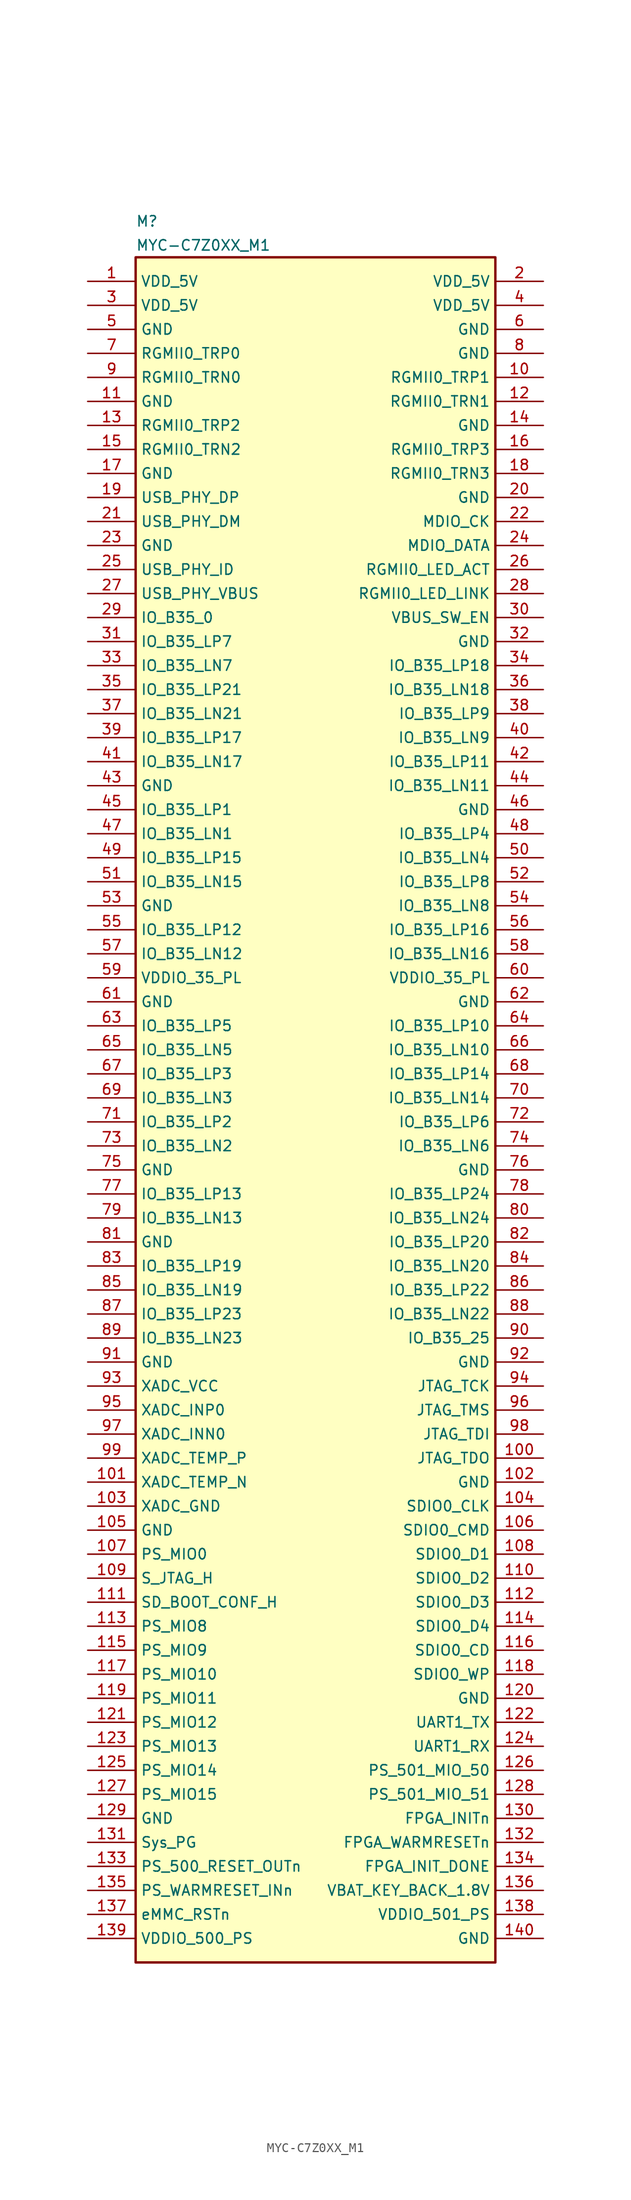
<source format=kicad_sym>
(kicad_symbol_lib
  (version 20231120)
  (generator "kicad_symbol_editor")
  (generator_version "8.0")
  (symbol "MYC-C7Z0XX_M1"
    (property "Reference" "M"
      (at -20.32 3.81 0)
      (effects (font (size 1.1 1.1)) (justify left)))
    (property "Value" "MYC-C7Z0XX_M1"
      (at -20.32 1.27 0)
      (effects (font (size 1.1 1.1)) (justify left)))
    (symbol "MYC-C7Z0XX_M1_1_1"
      (rectangle (start -20.32 0) (end 17.78 -180.34) (stroke (width 0.254) (type solid)) (fill (type background)))
      (pin power_in line (at -25.4 -2.54 0) (length 5.08) (name "VDD_5V" (effects (font (size 1.1 1.1)))) (number "1" (effects (font (size 1.1 1.1)))))
      (pin bidirectional line (at 22.86 -12.7 180) (length 5.08) (name "RGMII0_TRP1" (effects (font (size 1.1 1.1)))) (number "10" (effects (font (size 1.1 1.1)))))
      (pin bidirectional line (at 22.86 -127 180) (length 5.08) (name "JTAG_TDO" (effects (font (size 1.1 1.1)))) (number "100" (effects (font (size 1.1 1.1)))))
      (pin bidirectional line (at -25.4 -129.54 0) (length 5.08) (name "XADC_TEMP_N" (effects (font (size 1.1 1.1)))) (number "101" (effects (font (size 1.1 1.1)))))
      (pin power_in line (at 22.86 -129.54 180) (length 5.08) (name "GND" (effects (font (size 1.1 1.1)))) (number "102" (effects (font (size 1.1 1.1)))))
      (pin power_in line (at -25.4 -132.08 0) (length 5.08) (name "XADC_GND" (effects (font (size 1.1 1.1)))) (number "103" (effects (font (size 1.1 1.1)))))
      (pin bidirectional line (at 22.86 -132.08 180) (length 5.08) (name "SDIO0_CLK" (effects (font (size 1.1 1.1)))) (number "104" (effects (font (size 1.1 1.1)))))
      (pin power_in line (at -25.4 -134.62 0) (length 5.08) (name "GND" (effects (font (size 1.1 1.1)))) (number "105" (effects (font (size 1.1 1.1)))))
      (pin bidirectional line (at 22.86 -134.62 180) (length 5.08) (name "SDIO0_CMD" (effects (font (size 1.1 1.1)))) (number "106" (effects (font (size 1.1 1.1)))))
      (pin bidirectional line (at -25.4 -137.16 0) (length 5.08) (name "PS_MIO0" (effects (font (size 1.1 1.1)))) (number "107" (effects (font (size 1.1 1.1)))))
      (pin bidirectional line (at 22.86 -137.16 180) (length 5.08) (name "SDIO0_D1" (effects (font (size 1.1 1.1)))) (number "108" (effects (font (size 1.1 1.1)))))
      (pin bidirectional line (at -25.4 -139.7 0) (length 5.08) (name "S_JTAG_H" (effects (font (size 1.1 1.1)))) (number "109" (effects (font (size 1.1 1.1)))))
      (pin power_in line (at -25.4 -15.24 0) (length 5.08) (name "GND" (effects (font (size 1.1 1.1)))) (number "11" (effects (font (size 1.1 1.1)))))
      (pin bidirectional line (at 22.86 -139.7 180) (length 5.08) (name "SDIO0_D2" (effects (font (size 1.1 1.1)))) (number "110" (effects (font (size 1.1 1.1)))))
      (pin bidirectional line (at -25.4 -142.24 0) (length 5.08) (name "SD_BOOT_CONF_H" (effects (font (size 1.1 1.1)))) (number "111" (effects (font (size 1.1 1.1)))))
      (pin bidirectional line (at 22.86 -142.24 180) (length 5.08) (name "SDIO0_D3" (effects (font (size 1.1 1.1)))) (number "112" (effects (font (size 1.1 1.1)))))
      (pin bidirectional line (at -25.4 -144.78 0) (length 5.08) (name "PS_MIO8" (effects (font (size 1.1 1.1)))) (number "113" (effects (font (size 1.1 1.1)))))
      (pin bidirectional line (at 22.86 -144.78 180) (length 5.08) (name "SDIO0_D4" (effects (font (size 1.1 1.1)))) (number "114" (effects (font (size 1.1 1.1)))))
      (pin bidirectional line (at -25.4 -147.32 0) (length 5.08) (name "PS_MIO9" (effects (font (size 1.1 1.1)))) (number "115" (effects (font (size 1.1 1.1)))))
      (pin bidirectional line (at 22.86 -147.32 180) (length 5.08) (name "SDIO0_CD" (effects (font (size 1.1 1.1)))) (number "116" (effects (font (size 1.1 1.1)))))
      (pin bidirectional line (at -25.4 -149.86 0) (length 5.08) (name "PS_MIO10" (effects (font (size 1.1 1.1)))) (number "117" (effects (font (size 1.1 1.1)))))
      (pin bidirectional line (at 22.86 -149.86 180) (length 5.08) (name "SDIO0_WP" (effects (font (size 1.1 1.1)))) (number "118" (effects (font (size 1.1 1.1)))))
      (pin bidirectional line (at -25.4 -152.4 0) (length 5.08) (name "PS_MIO11" (effects (font (size 1.1 1.1)))) (number "119" (effects (font (size 1.1 1.1)))))
      (pin bidirectional line (at 22.86 -15.24 180) (length 5.08) (name "RGMII0_TRN1" (effects (font (size 1.1 1.1)))) (number "12" (effects (font (size 1.1 1.1)))))
      (pin power_in line (at 22.86 -152.4 180) (length 5.08) (name "GND" (effects (font (size 1.1 1.1)))) (number "120" (effects (font (size 1.1 1.1)))))
      (pin bidirectional line (at -25.4 -154.94 0) (length 5.08) (name "PS_MIO12" (effects (font (size 1.1 1.1)))) (number "121" (effects (font (size 1.1 1.1)))))
      (pin bidirectional line (at 22.86 -154.94 180) (length 5.08) (name "UART1_TX" (effects (font (size 1.1 1.1)))) (number "122" (effects (font (size 1.1 1.1)))))
      (pin bidirectional line (at -25.4 -157.48 0) (length 5.08) (name "PS_MIO13" (effects (font (size 1.1 1.1)))) (number "123" (effects (font (size 1.1 1.1)))))
      (pin bidirectional line (at 22.86 -157.48 180) (length 5.08) (name "UART1_RX" (effects (font (size 1.1 1.1)))) (number "124" (effects (font (size 1.1 1.1)))))
      (pin bidirectional line (at -25.4 -160.02 0) (length 5.08) (name "PS_MIO14" (effects (font (size 1.1 1.1)))) (number "125" (effects (font (size 1.1 1.1)))))
      (pin bidirectional line (at 22.86 -160.02 180) (length 5.08) (name "PS_501_MIO_50" (effects (font (size 1.1 1.1)))) (number "126" (effects (font (size 1.1 1.1)))))
      (pin bidirectional line (at -25.4 -162.56 0) (length 5.08) (name "PS_MIO15" (effects (font (size 1.1 1.1)))) (number "127" (effects (font (size 1.1 1.1)))))
      (pin bidirectional line (at 22.86 -162.56 180) (length 5.08) (name "PS_501_MIO_51" (effects (font (size 1.1 1.1)))) (number "128" (effects (font (size 1.1 1.1)))))
      (pin power_in line (at -25.4 -165.1 0) (length 5.08) (name "GND" (effects (font (size 1.1 1.1)))) (number "129" (effects (font (size 1.1 1.1)))))
      (pin bidirectional line (at -25.4 -17.78 0) (length 5.08) (name "RGMII0_TRP2" (effects (font (size 1.1 1.1)))) (number "13" (effects (font (size 1.1 1.1)))))
      (pin bidirectional line (at 22.86 -165.1 180) (length 5.08) (name "FPGA_INITn" (effects (font (size 1.1 1.1)))) (number "130" (effects (font (size 1.1 1.1)))))
      (pin bidirectional line (at -25.4 -167.64 0) (length 5.08) (name "Sys_PG" (effects (font (size 1.1 1.1)))) (number "131" (effects (font (size 1.1 1.1)))))
      (pin bidirectional line (at 22.86 -167.64 180) (length 5.08) (name "FPGA_WARMRESETn" (effects (font (size 1.1 1.1)))) (number "132" (effects (font (size 1.1 1.1)))))
      (pin bidirectional line (at -25.4 -170.18 0) (length 5.08) (name "PS_500_RESET_OUTn" (effects (font (size 1.1 1.1)))) (number "133" (effects (font (size 1.1 1.1)))))
      (pin bidirectional line (at 22.86 -170.18 180) (length 5.08) (name "FPGA_INIT_DONE" (effects (font (size 1.1 1.1)))) (number "134" (effects (font (size 1.1 1.1)))))
      (pin bidirectional line (at -25.4 -172.72 0) (length 5.08) (name "PS_WARMRESET_INn" (effects (font (size 1.1 1.1)))) (number "135" (effects (font (size 1.1 1.1)))))
      (pin power_in line (at 22.86 -172.72 180) (length 5.08) (name "VBAT_KEY_BACK_1.8V" (effects (font (size 1.1 1.1)))) (number "136" (effects (font (size 1.1 1.1)))))
      (pin bidirectional line (at -25.4 -175.26 0) (length 5.08) (name "eMMC_RSTn" (effects (font (size 1.1 1.1)))) (number "137" (effects (font (size 1.1 1.1)))))
      (pin power_in line (at 22.86 -175.26 180) (length 5.08) (name "VDDIO_501_PS" (effects (font (size 1.1 1.1)))) (number "138" (effects (font (size 1.1 1.1)))))
      (pin power_in line (at -25.4 -177.8 0) (length 5.08) (name "VDDIO_500_PS" (effects (font (size 1.1 1.1)))) (number "139" (effects (font (size 1.1 1.1)))))
      (pin bidirectional line (at 22.86 -17.78 180) (length 5.08) (name "GND" (effects (font (size 1.1 1.1)))) (number "14" (effects (font (size 1.1 1.1)))))
      (pin power_in line (at 22.86 -177.8 180) (length 5.08) (name "GND" (effects (font (size 1.1 1.1)))) (number "140" (effects (font (size 1.1 1.1)))))
      (pin bidirectional line (at -25.4 -20.32 0) (length 5.08) (name "RGMII0_TRN2" (effects (font (size 1.1 1.1)))) (number "15" (effects (font (size 1.1 1.1)))))
      (pin bidirectional line (at 22.86 -20.32 180) (length 5.08) (name "RGMII0_TRP3" (effects (font (size 1.1 1.1)))) (number "16" (effects (font (size 1.1 1.1)))))
      (pin power_in line (at -25.4 -22.86 0) (length 5.08) (name "GND" (effects (font (size 1.1 1.1)))) (number "17" (effects (font (size 1.1 1.1)))))
      (pin bidirectional line (at 22.86 -22.86 180) (length 5.08) (name "RGMII0_TRN3" (effects (font (size 1.1 1.1)))) (number "18" (effects (font (size 1.1 1.1)))))
      (pin bidirectional line (at -25.4 -25.4 0) (length 5.08) (name "USB_PHY_DP" (effects (font (size 1.1 1.1)))) (number "19" (effects (font (size 1.1 1.1)))))
      (pin power_in line (at 22.86 -2.54 180) (length 5.08) (name "VDD_5V" (effects (font (size 1.1 1.1)))) (number "2" (effects (font (size 1.1 1.1)))))
      (pin power_in line (at 22.86 -25.4 180) (length 5.08) (name "GND" (effects (font (size 1.1 1.1)))) (number "20" (effects (font (size 1.1 1.1)))))
      (pin bidirectional line (at -25.4 -27.94 0) (length 5.08) (name "USB_PHY_DM" (effects (font (size 1.1 1.1)))) (number "21" (effects (font (size 1.1 1.1)))))
      (pin bidirectional line (at 22.86 -27.94 180) (length 5.08) (name "MDIO_CK" (effects (font (size 1.1 1.1)))) (number "22" (effects (font (size 1.1 1.1)))))
      (pin power_in line (at -25.4 -30.48 0) (length 5.08) (name "GND" (effects (font (size 1.1 1.1)))) (number "23" (effects (font (size 1.1 1.1)))))
      (pin bidirectional line (at 22.86 -30.48 180) (length 5.08) (name "MDIO_DATA" (effects (font (size 1.1 1.1)))) (number "24" (effects (font (size 1.1 1.1)))))
      (pin bidirectional line (at -25.4 -33.02 0) (length 5.08) (name "USB_PHY_ID" (effects (font (size 1.1 1.1)))) (number "25" (effects (font (size 1.1 1.1)))))
      (pin bidirectional line (at 22.86 -33.02 180) (length 5.08) (name "RGMII0_LED_ACT" (effects (font (size 1.1 1.1)))) (number "26" (effects (font (size 1.1 1.1)))))
      (pin bidirectional line (at -25.4 -35.56 0) (length 5.08) (name "USB_PHY_VBUS" (effects (font (size 1.1 1.1)))) (number "27" (effects (font (size 1.1 1.1)))))
      (pin bidirectional line (at 22.86 -35.56 180) (length 5.08) (name "RGMII0_LED_LINK" (effects (font (size 1.1 1.1)))) (number "28" (effects (font (size 1.1 1.1)))))
      (pin bidirectional line (at -25.4 -38.1 0) (length 5.08) (name "IO_B35_0" (effects (font (size 1.1 1.1)))) (number "29" (effects (font (size 1.1 1.1)))))
      (pin power_in line (at -25.4 -5.08 0) (length 5.08) (name "VDD_5V" (effects (font (size 1.1 1.1)))) (number "3" (effects (font (size 1.1 1.1)))))
      (pin bidirectional line (at 22.86 -38.1 180) (length 5.08) (name "VBUS_SW_EN" (effects (font (size 1.1 1.1)))) (number "30" (effects (font (size 1.1 1.1)))))
      (pin bidirectional line (at -25.4 -40.64 0) (length 5.08) (name "IO_B35_LP7" (effects (font (size 1.1 1.1)))) (number "31" (effects (font (size 1.1 1.1)))))
      (pin power_in line (at 22.86 -40.64 180) (length 5.08) (name "GND" (effects (font (size 1.1 1.1)))) (number "32" (effects (font (size 1.1 1.1)))))
      (pin bidirectional line (at -25.4 -43.18 0) (length 5.08) (name "IO_B35_LN7" (effects (font (size 1.1 1.1)))) (number "33" (effects (font (size 1.1 1.1)))))
      (pin bidirectional line (at 22.86 -43.18 180) (length 5.08) (name "IO_B35_LP18" (effects (font (size 1.1 1.1)))) (number "34" (effects (font (size 1.1 1.1)))))
      (pin bidirectional line (at -25.4 -45.72 0) (length 5.08) (name "IO_B35_LP21" (effects (font (size 1.1 1.1)))) (number "35" (effects (font (size 1.1 1.1)))))
      (pin bidirectional line (at 22.86 -45.72 180) (length 5.08) (name "IO_B35_LN18" (effects (font (size 1.1 1.1)))) (number "36" (effects (font (size 1.1 1.1)))))
      (pin bidirectional line (at -25.4 -48.26 0) (length 5.08) (name "IO_B35_LN21" (effects (font (size 1.1 1.1)))) (number "37" (effects (font (size 1.1 1.1)))))
      (pin bidirectional line (at 22.86 -48.26 180) (length 5.08) (name "IO_B35_LP9" (effects (font (size 1.1 1.1)))) (number "38" (effects (font (size 1.1 1.1)))))
      (pin bidirectional line (at -25.4 -50.8 0) (length 5.08) (name "IO_B35_LP17" (effects (font (size 1.1 1.1)))) (number "39" (effects (font (size 1.1 1.1)))))
      (pin power_in line (at 22.86 -5.08 180) (length 5.08) (name "VDD_5V" (effects (font (size 1.1 1.1)))) (number "4" (effects (font (size 1.1 1.1)))))
      (pin bidirectional line (at 22.86 -50.8 180) (length 5.08) (name "IO_B35_LN9" (effects (font (size 1.1 1.1)))) (number "40" (effects (font (size 1.1 1.1)))))
      (pin bidirectional line (at -25.4 -53.34 0) (length 5.08) (name "IO_B35_LN17" (effects (font (size 1.1 1.1)))) (number "41" (effects (font (size 1.1 1.1)))))
      (pin bidirectional line (at 22.86 -53.34 180) (length 5.08) (name "IO_B35_LP11" (effects (font (size 1.1 1.1)))) (number "42" (effects (font (size 1.1 1.1)))))
      (pin power_in line (at -25.4 -55.88 0) (length 5.08) (name "GND" (effects (font (size 1.1 1.1)))) (number "43" (effects (font (size 1.1 1.1)))))
      (pin bidirectional line (at 22.86 -55.88 180) (length 5.08) (name "IO_B35_LN11" (effects (font (size 1.1 1.1)))) (number "44" (effects (font (size 1.1 1.1)))))
      (pin bidirectional line (at -25.4 -58.42 0) (length 5.08) (name "IO_B35_LP1" (effects (font (size 1.1 1.1)))) (number "45" (effects (font (size 1.1 1.1)))))
      (pin power_in line (at 22.86 -58.42 180) (length 5.08) (name "GND" (effects (font (size 1.1 1.1)))) (number "46" (effects (font (size 1.1 1.1)))))
      (pin bidirectional line (at -25.4 -60.96 0) (length 5.08) (name "IO_B35_LN1" (effects (font (size 1.1 1.1)))) (number "47" (effects (font (size 1.1 1.1)))))
      (pin bidirectional line (at 22.86 -60.96 180) (length 5.08) (name "IO_B35_LP4" (effects (font (size 1.1 1.1)))) (number "48" (effects (font (size 1.1 1.1)))))
      (pin bidirectional line (at -25.4 -63.5 0) (length 5.08) (name "IO_B35_LP15" (effects (font (size 1.1 1.1)))) (number "49" (effects (font (size 1.1 1.1)))))
      (pin power_in line (at -25.4 -7.62 0) (length 5.08) (name "GND" (effects (font (size 1.1 1.1)))) (number "5" (effects (font (size 1.1 1.1)))))
      (pin bidirectional line (at 22.86 -63.5 180) (length 5.08) (name "IO_B35_LN4" (effects (font (size 1.1 1.1)))) (number "50" (effects (font (size 1.1 1.1)))))
      (pin bidirectional line (at -25.4 -66.04 0) (length 5.08) (name "IO_B35_LN15" (effects (font (size 1.1 1.1)))) (number "51" (effects (font (size 1.1 1.1)))))
      (pin bidirectional line (at 22.86 -66.04 180) (length 5.08) (name "IO_B35_LP8" (effects (font (size 1.1 1.1)))) (number "52" (effects (font (size 1.1 1.1)))))
      (pin power_in line (at -25.4 -68.58 0) (length 5.08) (name "GND" (effects (font (size 1.1 1.1)))) (number "53" (effects (font (size 1.1 1.1)))))
      (pin bidirectional line (at 22.86 -68.58 180) (length 5.08) (name "IO_B35_LN8" (effects (font (size 1.1 1.1)))) (number "54" (effects (font (size 1.1 1.1)))))
      (pin bidirectional line (at -25.4 -71.12 0) (length 5.08) (name "IO_B35_LP12" (effects (font (size 1.1 1.1)))) (number "55" (effects (font (size 1.1 1.1)))))
      (pin bidirectional line (at 22.86 -71.12 180) (length 5.08) (name "IO_B35_LP16" (effects (font (size 1.1 1.1)))) (number "56" (effects (font (size 1.1 1.1)))))
      (pin bidirectional line (at -25.4 -73.66 0) (length 5.08) (name "IO_B35_LN12" (effects (font (size 1.1 1.1)))) (number "57" (effects (font (size 1.1 1.1)))))
      (pin bidirectional line (at 22.86 -73.66 180) (length 5.08) (name "IO_B35_LN16" (effects (font (size 1.1 1.1)))) (number "58" (effects (font (size 1.1 1.1)))))
      (pin power_in line (at -25.4 -76.2 0) (length 5.08) (name "VDDIO_35_PL" (effects (font (size 1.1 1.1)))) (number "59" (effects (font (size 1.1 1.1)))))
      (pin power_in line (at 22.86 -7.62 180) (length 5.08) (name "GND" (effects (font (size 1.1 1.1)))) (number "6" (effects (font (size 1.1 1.1)))))
      (pin bidirectional line (at 22.86 -76.2 180) (length 5.08) (name "VDDIO_35_PL" (effects (font (size 1.1 1.1)))) (number "60" (effects (font (size 1.1 1.1)))))
      (pin power_in line (at -25.4 -78.74 0) (length 5.08) (name "GND" (effects (font (size 1.1 1.1)))) (number "61" (effects (font (size 1.1 1.1)))))
      (pin power_in line (at 22.86 -78.74 180) (length 5.08) (name "GND" (effects (font (size 1.1 1.1)))) (number "62" (effects (font (size 1.1 1.1)))))
      (pin bidirectional line (at -25.4 -81.28 0) (length 5.08) (name "IO_B35_LP5" (effects (font (size 1.1 1.1)))) (number "63" (effects (font (size 1.1 1.1)))))
      (pin bidirectional line (at 22.86 -81.28 180) (length 5.08) (name "IO_B35_LP10" (effects (font (size 1.1 1.1)))) (number "64" (effects (font (size 1.1 1.1)))))
      (pin bidirectional line (at -25.4 -83.82 0) (length 5.08) (name "IO_B35_LN5" (effects (font (size 1.1 1.1)))) (number "65" (effects (font (size 1.1 1.1)))))
      (pin bidirectional line (at 22.86 -83.82 180) (length 5.08) (name "IO_B35_LN10" (effects (font (size 1.1 1.1)))) (number "66" (effects (font (size 1.1 1.1)))))
      (pin bidirectional line (at -25.4 -86.36 0) (length 5.08) (name "IO_B35_LP3" (effects (font (size 1.1 1.1)))) (number "67" (effects (font (size 1.1 1.1)))))
      (pin bidirectional line (at 22.86 -86.36 180) (length 5.08) (name "IO_B35_LP14" (effects (font (size 1.1 1.1)))) (number "68" (effects (font (size 1.1 1.1)))))
      (pin bidirectional line (at -25.4 -88.9 0) (length 5.08) (name "IO_B35_LN3" (effects (font (size 1.1 1.1)))) (number "69" (effects (font (size 1.1 1.1)))))
      (pin bidirectional line (at -25.4 -10.16 0) (length 5.08) (name "RGMII0_TRP0" (effects (font (size 1.1 1.1)))) (number "7" (effects (font (size 1.1 1.1)))))
      (pin bidirectional line (at 22.86 -88.9 180) (length 5.08) (name "IO_B35_LN14" (effects (font (size 1.1 1.1)))) (number "70" (effects (font (size 1.1 1.1)))))
      (pin bidirectional line (at -25.4 -91.44 0) (length 5.08) (name "IO_B35_LP2" (effects (font (size 1.1 1.1)))) (number "71" (effects (font (size 1.1 1.1)))))
      (pin bidirectional line (at 22.86 -91.44 180) (length 5.08) (name "IO_B35_LP6" (effects (font (size 1.1 1.1)))) (number "72" (effects (font (size 1.1 1.1)))))
      (pin bidirectional line (at -25.4 -93.98 0) (length 5.08) (name "IO_B35_LN2" (effects (font (size 1.1 1.1)))) (number "73" (effects (font (size 1.1 1.1)))))
      (pin bidirectional line (at 22.86 -93.98 180) (length 5.08) (name "IO_B35_LN6" (effects (font (size 1.1 1.1)))) (number "74" (effects (font (size 1.1 1.1)))))
      (pin power_in line (at -25.4 -96.52 0) (length 5.08) (name "GND" (effects (font (size 1.1 1.1)))) (number "75" (effects (font (size 1.1 1.1)))))
      (pin power_in line (at 22.86 -96.52 180) (length 5.08) (name "GND" (effects (font (size 1.1 1.1)))) (number "76" (effects (font (size 1.1 1.1)))))
      (pin bidirectional line (at -25.4 -99.06 0) (length 5.08) (name "IO_B35_LP13" (effects (font (size 1.1 1.1)))) (number "77" (effects (font (size 1.1 1.1)))))
      (pin bidirectional line (at 22.86 -99.06 180) (length 5.08) (name "IO_B35_LP24" (effects (font (size 1.1 1.1)))) (number "78" (effects (font (size 1.1 1.1)))))
      (pin bidirectional line (at -25.4 -101.6 0) (length 5.08) (name "IO_B35_LN13" (effects (font (size 1.1 1.1)))) (number "79" (effects (font (size 1.1 1.1)))))
      (pin power_in line (at 22.86 -10.16 180) (length 5.08) (name "GND" (effects (font (size 1.1 1.1)))) (number "8" (effects (font (size 1.1 1.1)))))
      (pin bidirectional line (at 22.86 -101.6 180) (length 5.08) (name "IO_B35_LN24" (effects (font (size 1.1 1.1)))) (number "80" (effects (font (size 1.1 1.1)))))
      (pin power_in line (at -25.4 -104.14 0) (length 5.08) (name "GND" (effects (font (size 1.1 1.1)))) (number "81" (effects (font (size 1.1 1.1)))))
      (pin bidirectional line (at 22.86 -104.14 180) (length 5.08) (name "IO_B35_LP20" (effects (font (size 1.1 1.1)))) (number "82" (effects (font (size 1.1 1.1)))))
      (pin bidirectional line (at -25.4 -106.68 0) (length 5.08) (name "IO_B35_LP19" (effects (font (size 1.1 1.1)))) (number "83" (effects (font (size 1.1 1.1)))))
      (pin bidirectional line (at 22.86 -106.68 180) (length 5.08) (name "IO_B35_LN20" (effects (font (size 1.1 1.1)))) (number "84" (effects (font (size 1.1 1.1)))))
      (pin bidirectional line (at -25.4 -109.22 0) (length 5.08) (name "IO_B35_LN19" (effects (font (size 1.1 1.1)))) (number "85" (effects (font (size 1.1 1.1)))))
      (pin bidirectional line (at 22.86 -109.22 180) (length 5.08) (name "IO_B35_LP22" (effects (font (size 1.1 1.1)))) (number "86" (effects (font (size 1.1 1.1)))))
      (pin bidirectional line (at -25.4 -111.76 0) (length 5.08) (name "IO_B35_LP23" (effects (font (size 1.1 1.1)))) (number "87" (effects (font (size 1.1 1.1)))))
      (pin bidirectional line (at 22.86 -111.76 180) (length 5.08) (name "IO_B35_LN22" (effects (font (size 1.1 1.1)))) (number "88" (effects (font (size 1.1 1.1)))))
      (pin bidirectional line (at -25.4 -114.3 0) (length 5.08) (name "IO_B35_LN23" (effects (font (size 1.1 1.1)))) (number "89" (effects (font (size 1.1 1.1)))))
      (pin bidirectional line (at -25.4 -12.7 0) (length 5.08) (name "RGMII0_TRN0" (effects (font (size 1.1 1.1)))) (number "9" (effects (font (size 1.1 1.1)))))
      (pin bidirectional line (at 22.86 -114.3 180) (length 5.08) (name "IO_B35_25" (effects (font (size 1.1 1.1)))) (number "90" (effects (font (size 1.1 1.1)))))
      (pin power_in line (at -25.4 -116.84 0) (length 5.08) (name "GND" (effects (font (size 1.1 1.1)))) (number "91" (effects (font (size 1.1 1.1)))))
      (pin power_in line (at 22.86 -116.84 180) (length 5.08) (name "GND" (effects (font (size 1.1 1.1)))) (number "92" (effects (font (size 1.1 1.1)))))
      (pin power_in line (at -25.4 -119.38 0) (length 5.08) (name "XADC_VCC" (effects (font (size 1.1 1.1)))) (number "93" (effects (font (size 1.1 1.1)))))
      (pin bidirectional line (at 22.86 -119.38 180) (length 5.08) (name "JTAG_TCK" (effects (font (size 1.1 1.1)))) (number "94" (effects (font (size 1.1 1.1)))))
      (pin bidirectional line (at -25.4 -121.92 0) (length 5.08) (name "XADC_INP0" (effects (font (size 1.1 1.1)))) (number "95" (effects (font (size 1.1 1.1)))))
      (pin bidirectional line (at 22.86 -121.92 180) (length 5.08) (name "JTAG_TMS" (effects (font (size 1.1 1.1)))) (number "96" (effects (font (size 1.1 1.1)))))
      (pin bidirectional line (at -25.4 -124.46 0) (length 5.08) (name "XADC_INN0" (effects (font (size 1.1 1.1)))) (number "97" (effects (font (size 1.1 1.1)))))
      (pin bidirectional line (at 22.86 -124.46 180) (length 5.08) (name "JTAG_TDI" (effects (font (size 1.1 1.1)))) (number "98" (effects (font (size 1.1 1.1)))))
      (pin bidirectional line (at -25.4 -127 0) (length 5.08) (name "XADC_TEMP_P" (effects (font (size 1.1 1.1)))) (number "99" (effects (font (size 1.1 1.1))))))))
</source>
